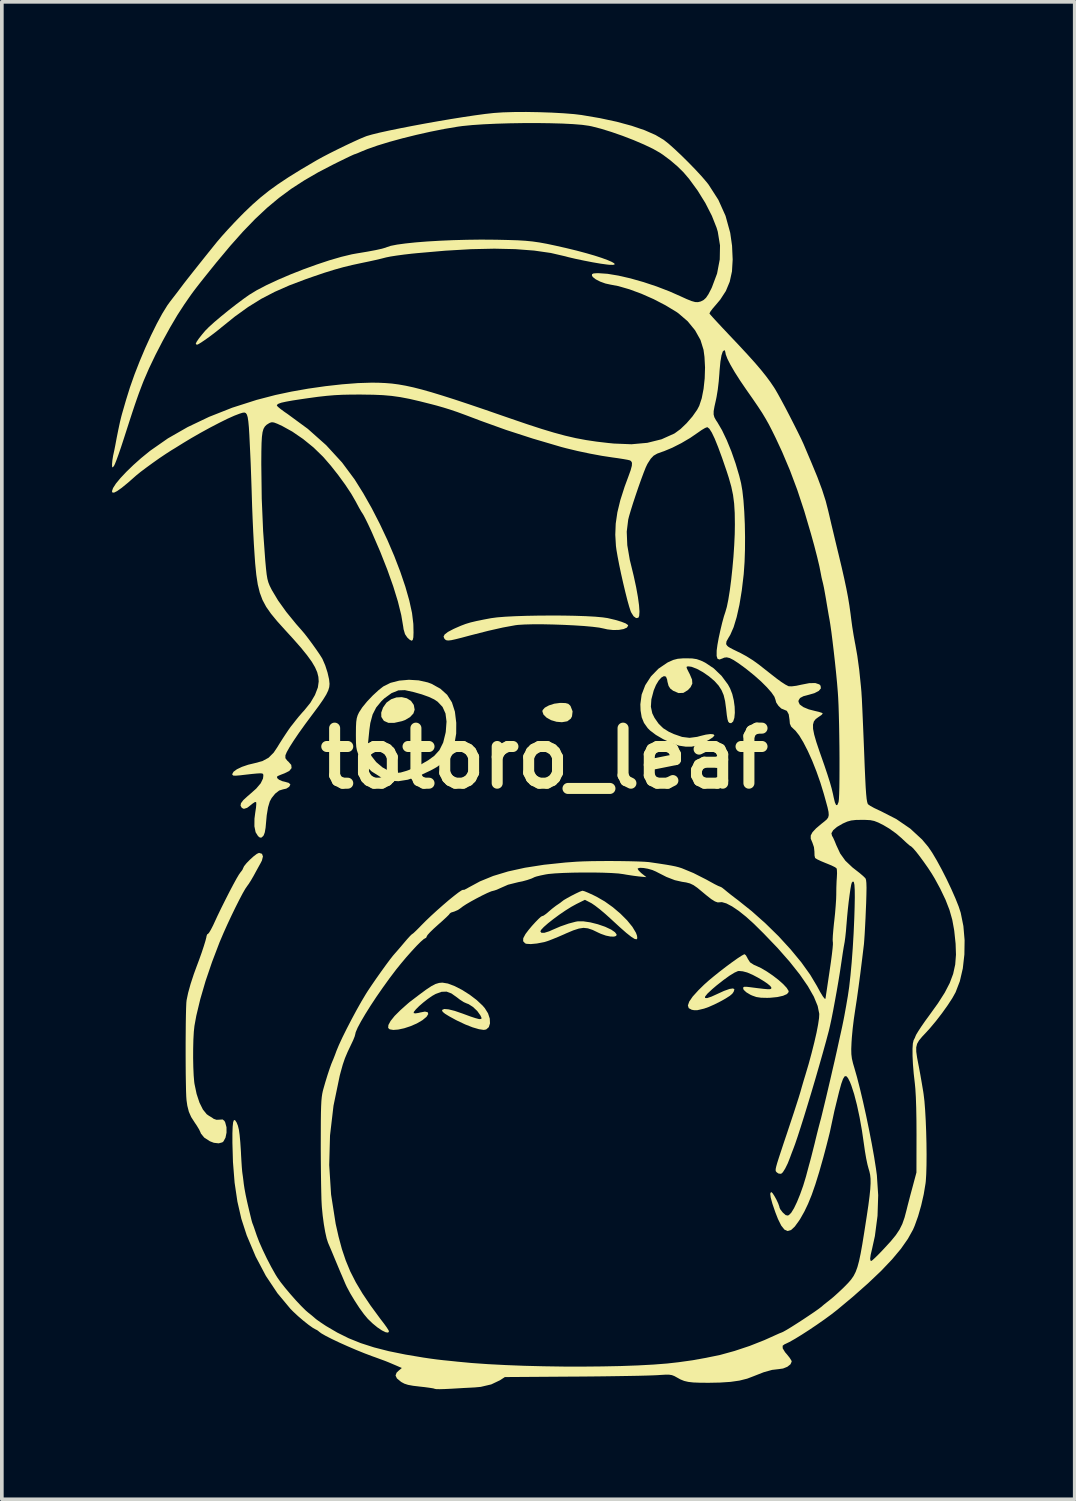
<source format=kicad_pcb>
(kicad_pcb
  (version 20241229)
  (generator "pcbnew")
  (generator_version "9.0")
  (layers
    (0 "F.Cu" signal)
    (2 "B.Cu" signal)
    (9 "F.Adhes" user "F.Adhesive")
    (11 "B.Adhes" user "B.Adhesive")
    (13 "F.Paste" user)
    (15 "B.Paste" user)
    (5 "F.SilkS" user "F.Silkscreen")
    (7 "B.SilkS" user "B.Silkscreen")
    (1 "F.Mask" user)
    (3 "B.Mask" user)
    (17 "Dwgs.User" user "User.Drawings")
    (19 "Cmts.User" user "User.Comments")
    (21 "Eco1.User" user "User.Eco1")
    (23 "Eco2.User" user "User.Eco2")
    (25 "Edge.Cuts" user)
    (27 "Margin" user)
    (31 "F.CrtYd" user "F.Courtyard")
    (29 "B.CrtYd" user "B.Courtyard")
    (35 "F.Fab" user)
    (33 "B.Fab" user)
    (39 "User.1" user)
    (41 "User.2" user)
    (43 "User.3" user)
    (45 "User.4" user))
  (footprint "totoro_leaf"
    (layer "F.Cu")
    (at 11.78 17.607)
    (property "Reference" "totoro_leaf" (at 0 0 0) (layer "F.SilkS") (effects (font (size 1.5 1.5) (thickness 0.3))))
    (attr board_only exclude_from_pos_files exclude_from_bom)
    (fp_poly (pts (xy -3.748 -1.635) (xy -3.634 -1.564) (xy -3.558 -1.454) (xy -3.534 -1.323) (xy -3.568 -1.221) (xy -3.66 -1.122) (xy -3.796 -1.042) (xy -3.879 -1.012) (xy -4.091 -0.965) (xy -4.251 -0.966) (xy -4.364 -1.016) (xy -4.381 -1.031) (xy -4.442 -1.127) (xy -4.445 -1.244) (xy -4.396 -1.382) (xy -4.301 -1.517) (xy -4.175 -1.608) (xy -4.032 -1.658) (xy -3.885 -1.666)) (stroke (width 0) (type solid)) (fill yes) (layer "F.SilkS"))
    (fp_poly (pts (xy 0.577 -1.504) (xy 0.65 -1.484) (xy 0.699 -1.44) (xy 0.714 -1.419) (xy 0.768 -1.279) (xy 0.752 -1.143) (xy 0.719 -1.08) (xy 0.624 -1.008) (xy 0.477 -0.983) (xy 0.331 -0.995) (xy 0.182 -1.039) (xy 0.059 -1.108) (xy -0.025 -1.191) (xy -0.055 -1.278) (xy -0.048 -1.313) (xy 0.012 -1.38) (xy 0.124 -1.441) (xy 0.267 -1.487) (xy 0.421 -1.508) (xy 0.454 -1.509)) (stroke (width 0) (type solid)) (fill yes) (layer "F.SilkS"))
    (fp_poly (pts (xy 0.511 -3.888) (xy 0.832 -3.882) (xy 1.126 -3.872) (xy 1.382 -3.858) (xy 1.588 -3.839) (xy 1.72 -3.82) (xy 1.927 -3.771) (xy 2.095 -3.721) (xy 2.215 -3.674) (xy 2.276 -3.631) (xy 2.282 -3.617) (xy 2.249 -3.561) (xy 2.159 -3.521) (xy 2.029 -3.498) (xy 1.876 -3.494) (xy 1.715 -3.512) (xy 1.619 -3.534) (xy 1.494 -3.56) (xy 1.309 -3.583) (xy 1.077 -3.604) (xy 0.812 -3.621) (xy 0.527 -3.635) (xy 0.236 -3.645) (xy -0.048 -3.651) (xy -0.311 -3.651) (xy -0.539 -3.645) (xy -0.72 -3.634) (xy -0.791 -3.625) (xy -1.13 -3.563) (xy -1.529 -3.473) (xy -1.992 -3.355) (xy -2.023 -3.347) (xy -2.25 -3.286) (xy -2.417 -3.244) (xy -2.535 -3.218) (xy -2.614 -3.209) (xy -2.665 -3.214) (xy -2.699 -3.232) (xy -2.724 -3.258) (xy -2.747 -3.315) (xy -2.717 -3.374) (xy -2.629 -3.442) (xy -2.477 -3.522) (xy -2.411 -3.552) (xy -2.273 -3.612) (xy -2.146 -3.66) (xy -2.011 -3.701) (xy -1.851 -3.739) (xy -1.65 -3.78) (xy -1.454 -3.817) (xy -1.288 -3.839) (xy -1.064 -3.857) (xy -0.793 -3.871) (xy -0.488 -3.881) (xy -0.161 -3.887) (xy 0.176 -3.889)) (stroke (width 0) (type solid)) (fill yes) (layer "F.SilkS"))
    (fp_poly (pts (xy -3.425 -2.123) (xy -3.176 -2.067) (xy -3.074 -2.029) (xy -2.833 -1.895) (xy -2.649 -1.729) (xy -2.519 -1.523) (xy -2.438 -1.271) (xy -2.401 -0.966) (xy -2.403 -0.673) (xy -2.445 -0.426) (xy -2.533 -0.21) (xy -2.623 -0.067) (xy -2.725 0.064) (xy -2.823 0.161) (xy -2.942 0.245) (xy -3.1 0.332) (xy -3.43 0.486) (xy -3.72 0.583) (xy -3.977 0.624) (xy -4.205 0.61) (xy -4.412 0.541) (xy -4.43 0.532) (xy -4.705 0.359) (xy -4.913 0.157) (xy -5.033 -0.031) (xy -5.078 -0.129) (xy -5.107 -0.216) (xy -5.125 -0.312) (xy -5.131 -0.405) (xy -4.806 -0.405) (xy -4.789 -0.236) (xy -4.711 -0.062) (xy -4.582 0.103) (xy -4.413 0.246) (xy -4.254 0.335) (xy -4.135 0.382) (xy -4.03 0.399) (xy -3.914 0.387) (xy -3.764 0.344) (xy -3.709 0.325) (xy -3.436 0.209) (xy -3.169 0.056) (xy -3 -0.067) (xy -2.859 -0.223) (xy -2.757 -0.429) (xy -2.692 -0.692) (xy -2.686 -0.73) (xy -2.666 -1.001) (xy -2.694 -1.221) (xy -2.774 -1.399) (xy -2.908 -1.541) (xy -3.002 -1.604) (xy -3.144 -1.671) (xy -3.335 -1.74) (xy -3.553 -1.802) (xy -3.773 -1.851) (xy -3.801 -1.857) (xy -3.976 -1.851) (xy -4.164 -1.775) (xy -4.36 -1.633) (xy -4.44 -1.556) (xy -4.582 -1.384) (xy -4.68 -1.192) (xy -4.742 -0.961) (xy -4.768 -0.773) (xy -4.783 -0.624) (xy -4.797 -0.485) (xy -4.806 -0.405) (xy -5.131 -0.405) (xy -5.133 -0.438) (xy -5.135 -0.613) (xy -5.135 -0.663) (xy -5.133 -0.854) (xy -5.126 -0.991) (xy -5.111 -1.092) (xy -5.086 -1.174) (xy -5.049 -1.252) (xy -4.961 -1.388) (xy -4.83 -1.548) (xy -4.675 -1.711) (xy -4.513 -1.86) (xy -4.389 -1.957) (xy -4.193 -2.055) (xy -3.954 -2.116) (xy -3.691 -2.139)) (stroke (width 0) (type solid)) (fill yes) (layer "F.SilkS"))
    (fp_poly (pts (xy -2.628 6.136) (xy -2.444 6.206) (xy -2.241 6.31) (xy -2.036 6.44) (xy -1.845 6.585) (xy -1.684 6.736) (xy -1.623 6.807) (xy -1.535 6.948) (xy -1.488 7.091) (xy -1.482 7.221) (xy -1.514 7.324) (xy -1.586 7.387) (xy -1.652 7.399) (xy -1.781 7.38) (xy -1.956 7.329) (xy -2.157 7.25) (xy -2.369 7.15) (xy -2.42 7.124) (xy -2.593 7.029) (xy -2.707 6.959) (xy -2.769 6.908) (xy -2.788 6.869) (xy -2.782 6.852) (xy -2.726 6.829) (xy -2.61 6.839) (xy -2.442 6.881) (xy -2.227 6.955) (xy -2.162 6.979) (xy -2.013 7.034) (xy -1.882 7.077) (xy -1.79 7.102) (xy -1.766 7.105) (xy -1.717 7.099) (xy -1.714 7.067) (xy -1.744 7.003) (xy -1.828 6.885) (xy -1.944 6.775) (xy -2.065 6.697) (xy -2.116 6.678) (xy -2.197 6.642) (xy -2.304 6.573) (xy -2.379 6.515) (xy -2.532 6.406) (xy -2.665 6.356) (xy -2.801 6.361) (xy -2.959 6.418) (xy -2.96 6.418) (xy -3.061 6.475) (xy -3.178 6.557) (xy -3.299 6.652) (xy -3.411 6.749) (xy -3.5 6.838) (xy -3.555 6.906) (xy -3.562 6.941) (xy -3.513 6.949) (xy -3.422 6.935) (xy -3.386 6.925) (xy -3.254 6.9) (xy -3.179 6.917) (xy -3.164 6.967) (xy -3.211 7.042) (xy -3.322 7.134) (xy -3.475 7.223) (xy -3.645 7.297) (xy -3.818 7.354) (xy -3.98 7.389) (xy -4.117 7.4) (xy -4.215 7.383) (xy -4.256 7.345) (xy -4.25 7.266) (xy -4.189 7.154) (xy -4.079 7.017) (xy -3.926 6.865) (xy -3.912 6.852) (xy -3.806 6.757) (xy -3.719 6.68) (xy -3.667 6.636) (xy -3.663 6.633) (xy -3.617 6.599) (xy -3.531 6.533) (xy -3.421 6.449) (xy -3.405 6.437) (xy -3.221 6.301) (xy -3.079 6.207) (xy -2.966 6.148) (xy -2.868 6.119) (xy -2.779 6.111)) (stroke (width 0) (type solid)) (fill yes) (layer "F.SilkS"))
    (fp_poly (pts (xy 5.49 5.368) (xy 5.533 5.444) (xy 5.54 5.461) (xy 5.603 5.559) (xy 5.708 5.627) (xy 5.75 5.644) (xy 5.898 5.713) (xy 6.059 5.807) (xy 6.222 5.918) (xy 6.374 6.035) (xy 6.504 6.15) (xy 6.6 6.253) (xy 6.651 6.335) (xy 6.654 6.366) (xy 6.609 6.422) (xy 6.502 6.469) (xy 6.347 6.504) (xy 6.156 6.523) (xy 6.071 6.526) (xy 5.901 6.522) (xy 5.773 6.503) (xy 5.657 6.462) (xy 5.61 6.44) (xy 5.5 6.374) (xy 5.431 6.309) (xy 5.417 6.28) (xy 5.416 6.241) (xy 5.443 6.224) (xy 5.516 6.225) (xy 5.601 6.235) (xy 5.819 6.263) (xy 5.975 6.281) (xy 6.079 6.29) (xy 6.141 6.29) (xy 6.173 6.28) (xy 6.183 6.262) (xy 6.184 6.249) (xy 6.154 6.203) (xy 6.072 6.135) (xy 5.954 6.056) (xy 5.816 5.974) (xy 5.674 5.899) (xy 5.542 5.842) (xy 5.522 5.834) (xy 5.404 5.803) (xy 5.302 5.794) (xy 5.272 5.797) (xy 5.178 5.839) (xy 5.041 5.923) (xy 4.875 6.043) (xy 4.688 6.19) (xy 4.572 6.289) (xy 4.444 6.408) (xy 4.379 6.488) (xy 4.376 6.53) (xy 4.434 6.532) (xy 4.552 6.492) (xy 4.684 6.432) (xy 4.892 6.337) (xy 5.044 6.283) (xy 5.14 6.269) (xy 5.177 6.295) (xy 5.155 6.361) (xy 5.118 6.414) (xy 5.051 6.471) (xy 4.935 6.545) (xy 4.788 6.627) (xy 4.63 6.706) (xy 4.479 6.773) (xy 4.353 6.818) (xy 4.325 6.825) (xy 4.228 6.848) (xy 4.16 6.863) (xy 4.083 6.863) (xy 4.013 6.85) (xy 3.932 6.806) (xy 3.909 6.733) (xy 3.945 6.628) (xy 4.04 6.49) (xy 4.197 6.317) (xy 4.351 6.166) (xy 4.469 6.06) (xy 4.616 5.938) (xy 4.778 5.808) (xy 4.945 5.679) (xy 5.106 5.56) (xy 5.249 5.458) (xy 5.363 5.383) (xy 5.437 5.342) (xy 5.455 5.338)) (stroke (width 0) (type solid)) (fill yes) (layer "F.SilkS"))
    (fp_poly (pts (xy 1.096 3.623) (xy 1.2 3.666) (xy 1.334 3.728) (xy 1.423 3.772) (xy 1.645 3.9) (xy 1.865 4.057) (xy 2.071 4.232) (xy 2.253 4.414) (xy 2.397 4.591) (xy 2.494 4.753) (xy 2.523 4.833) (xy 2.531 4.902) (xy 2.51 4.932) (xy 2.455 4.919) (xy 2.364 4.861) (xy 2.232 4.757) (xy 2.057 4.603) (xy 1.835 4.399) (xy 1.816 4.381) (xy 1.664 4.244) (xy 1.514 4.117) (xy 1.382 4.015) (xy 1.285 3.949) (xy 1.274 3.943) (xy 1.104 3.855) (xy 0.874 3.969) (xy 0.73 4.048) (xy 0.569 4.149) (xy 0.402 4.263) (xy 0.241 4.382) (xy 0.098 4.495) (xy -0.017 4.596) (xy -0.089 4.673) (xy -0.11 4.715) (xy -0.081 4.754) (xy 0.002 4.753) (xy 0.13 4.713) (xy 0.208 4.678) (xy 0.436 4.58) (xy 0.66 4.502) (xy 0.854 4.451) (xy 0.907 4.442) (xy 1.06 4.441) (xy 1.25 4.469) (xy 1.456 4.521) (xy 1.654 4.589) (xy 1.82 4.667) (xy 1.921 4.737) (xy 1.968 4.798) (xy 1.955 4.839) (xy 1.895 4.858) (xy 1.798 4.855) (xy 1.675 4.83) (xy 1.539 4.782) (xy 1.467 4.749) (xy 1.313 4.675) (xy 1.185 4.632) (xy 1.067 4.619) (xy 0.94 4.638) (xy 0.785 4.688) (xy 0.586 4.772) (xy 0.552 4.788) (xy 0.377 4.864) (xy 0.215 4.93) (xy 0.083 4.98) (xy 0 5.006) (xy -0.203 5.045) (xy -0.37 5.061) (xy -0.487 5.054) (xy -0.525 5.041) (xy -0.579 4.983) (xy -0.576 4.901) (xy -0.515 4.787) (xy -0.506 4.775) (xy -0.431 4.676) (xy -0.34 4.567) (xy -0.244 4.462) (xy -0.157 4.373) (xy -0.091 4.313) (xy -0.058 4.298) (xy -0.058 4.298) (xy -0.023 4.286) (xy 0.048 4.236) (xy 0.106 4.186) (xy 0.213 4.095) (xy 0.317 4.015) (xy 0.356 3.989) (xy 0.432 3.937) (xy 0.477 3.901) (xy 0.479 3.9) (xy 0.527 3.863) (xy 0.621 3.808) (xy 0.738 3.744) (xy 0.86 3.682) (xy 0.964 3.633) (xy 1.031 3.609) (xy 1.04 3.608)) (stroke (width 0) (type solid)) (fill yes) (layer "F.SilkS"))
    (fp_poly (pts (xy 4.029 -2.72) (xy 4.15 -2.701) (xy 4.265 -2.661) (xy 4.379 -2.606) (xy 4.612 -2.451) (xy 4.826 -2.246) (xy 5 -2.011) (xy 5.058 -1.905) (xy 5.118 -1.751) (xy 5.159 -1.579) (xy 5.183 -1.404) (xy 5.188 -1.24) (xy 5.175 -1.102) (xy 5.142 -1.003) (xy 5.09 -0.958) (xy 5.078 -0.957) (xy 5.038 -0.965) (xy 5.009 -0.996) (xy 4.988 -1.063) (xy 4.969 -1.179) (xy 4.951 -1.344) (xy 4.922 -1.559) (xy 4.883 -1.722) (xy 4.825 -1.857) (xy 4.746 -1.98) (xy 4.632 -2.107) (xy 4.483 -2.233) (xy 4.318 -2.347) (xy 4.154 -2.437) (xy 4.01 -2.492) (xy 3.935 -2.503) (xy 3.89 -2.502) (xy 3.872 -2.487) (xy 3.883 -2.444) (xy 3.925 -2.359) (xy 3.961 -2.289) (xy 4.022 -2.145) (xy 4.03 -2.035) (xy 3.982 -1.936) (xy 3.909 -1.858) (xy 3.786 -1.782) (xy 3.653 -1.777) (xy 3.507 -1.84) (xy 3.431 -1.898) (xy 3.383 -1.971) (xy 3.353 -2.084) (xy 3.342 -2.15) (xy 3.312 -2.224) (xy 3.257 -2.239) (xy 3.188 -2.201) (xy 3.113 -2.118) (xy 3.04 -1.997) (xy 2.978 -1.849) (xy 2.914 -1.606) (xy 2.901 -1.403) (xy 2.939 -1.225) (xy 3 -1.101) (xy 3.113 -0.94) (xy 3.234 -0.821) (xy 3.386 -0.725) (xy 3.529 -0.659) (xy 3.752 -0.582) (xy 3.954 -0.557) (xy 4.16 -0.584) (xy 4.248 -0.608) (xy 4.399 -0.645) (xy 4.521 -0.661) (xy 4.603 -0.654) (xy 4.631 -0.625) (xy 4.63 -0.619) (xy 4.585 -0.569) (xy 4.49 -0.507) (xy 4.364 -0.441) (xy 4.226 -0.38) (xy 4.097 -0.335) (xy 4.012 -0.317) (xy 3.856 -0.316) (xy 3.683 -0.342) (xy 3.649 -0.351) (xy 3.443 -0.423) (xy 3.232 -0.523) (xy 3.036 -0.638) (xy 2.879 -0.757) (xy 2.814 -0.822) (xy 2.713 -0.964) (xy 2.651 -1.116) (xy 2.62 -1.302) (xy 2.614 -1.472) (xy 2.649 -1.735) (xy 2.748 -1.992) (xy 2.903 -2.231) (xy 3.106 -2.44) (xy 3.346 -2.604) (xy 3.385 -2.624) (xy 3.512 -2.68) (xy 3.632 -2.711) (xy 3.777 -2.723) (xy 3.867 -2.724)) (stroke (width 0) (type solid)) (fill yes) (layer "F.SilkS"))
    (fp_poly (pts (xy -1.353 -14.127) (xy -1.288 -14.126) (xy -0.981 -14.119) (xy -0.729 -14.111) (xy -0.516 -14.098) (xy -0.324 -14.079) (xy -0.135 -14.052) (xy 0.068 -14.015) (xy 0.302 -13.965) (xy 0.586 -13.901) (xy 0.607 -13.896) (xy 0.882 -13.829) (xy 1.136 -13.761) (xy 1.364 -13.695) (xy 1.559 -13.632) (xy 1.717 -13.574) (xy 1.833 -13.524) (xy 1.902 -13.484) (xy 1.917 -13.456) (xy 1.875 -13.442) (xy 1.768 -13.444) (xy 1.702 -13.451) (xy 1.529 -13.475) (xy 1.312 -13.512) (xy 1.076 -13.558) (xy 0.848 -13.606) (xy 0.652 -13.652) (xy 0.571 -13.674) (xy 0.174 -13.766) (xy -0.279 -13.831) (xy -0.791 -13.87) (xy -1.364 -13.883) (xy -2 -13.869) (xy -2.7 -13.828) (xy -3.467 -13.761) (xy -3.618 -13.746) (xy -3.826 -13.722) (xy -4.024 -13.695) (xy -4.192 -13.669) (xy -4.311 -13.645) (xy -4.335 -13.639) (xy -4.44 -13.612) (xy -4.596 -13.575) (xy -4.782 -13.534) (xy -4.97 -13.495) (xy -5.235 -13.438) (xy -5.481 -13.378) (xy -5.727 -13.309) (xy -5.991 -13.227) (xy -6.294 -13.124) (xy -6.489 -13.056) (xy -6.947 -12.883) (xy -7.35 -12.705) (xy -7.719 -12.513) (xy -8.072 -12.293) (xy -8.428 -12.037) (xy -8.808 -11.731) (xy -8.816 -11.724) (xy -8.94 -11.624) (xy -9.076 -11.52) (xy -9.211 -11.422) (xy -9.331 -11.34) (xy -9.421 -11.284) (xy -9.467 -11.264) (xy -9.497 -11.291) (xy -9.497 -11.294) (xy -9.474 -11.345) (xy -9.412 -11.436) (xy -9.32 -11.552) (xy -9.24 -11.647) (xy -9.139 -11.749) (xy -8.991 -11.883) (xy -8.809 -12.037) (xy -8.606 -12.202) (xy -8.395 -12.367) (xy -8.19 -12.52) (xy -8.045 -12.623) (xy -7.837 -12.75) (xy -7.571 -12.889) (xy -7.26 -13.034) (xy -6.919 -13.18) (xy -6.562 -13.321) (xy -6.202 -13.451) (xy -5.853 -13.567) (xy -5.529 -13.661) (xy -5.243 -13.73) (xy -5.12 -13.752) (xy -4.821 -13.802) (xy -4.591 -13.845) (xy -4.425 -13.882) (xy -4.32 -13.913) (xy -4.294 -13.924) (xy -4.186 -13.96) (xy -4.012 -13.994) (xy -3.783 -14.025) (xy -3.507 -14.054) (xy -3.192 -14.079) (xy -2.848 -14.099) (xy -2.483 -14.115) (xy -2.106 -14.125) (xy -1.727 -14.13)) (stroke (width 0) (type solid)) (fill yes) (layer "F.SilkS"))
    (fp_poly (pts (xy -7.693 2.602) (xy -7.667 2.673) (xy -7.695 2.785) (xy -7.728 2.85) (xy -7.794 2.969) (xy -7.873 3.113) (xy -7.922 3.203) (xy -7.992 3.324) (xy -8.058 3.427) (xy -8.096 3.479) (xy -8.148 3.555) (xy -8.223 3.686) (xy -8.315 3.861) (xy -8.419 4.068) (xy -8.528 4.293) (xy -8.637 4.526) (xy -8.739 4.754) (xy -8.829 4.965) (xy -8.849 5.012) (xy -9.054 5.55) (xy -9.231 6.07) (xy -9.374 6.561) (xy -9.482 7.011) (xy -9.533 7.289) (xy -9.55 7.448) (xy -9.562 7.661) (xy -9.568 7.906) (xy -9.569 8.164) (xy -9.564 8.415) (xy -9.554 8.64) (xy -9.539 8.818) (xy -9.532 8.868) (xy -9.474 9.144) (xy -9.396 9.38) (xy -9.303 9.567) (xy -9.2 9.695) (xy -9.139 9.738) (xy -9.052 9.79) (xy -9.01 9.821) (xy -8.932 9.848) (xy -8.847 9.844) (xy -8.764 9.839) (xy -8.715 9.88) (xy -8.695 9.919) (xy -8.66 10.05) (xy -8.659 10.197) (xy -8.687 10.334) (xy -8.742 10.436) (xy -8.773 10.462) (xy -8.873 10.489) (xy -9.004 10.474) (xy -9.111 10.433) (xy -9.267 10.332) (xy -9.356 10.223) (xy -9.372 10.183) (xy -9.406 10.111) (xy -9.469 10.007) (xy -9.525 9.924) (xy -9.622 9.773) (xy -9.685 9.63) (xy -9.727 9.465) (xy -9.749 9.313) (xy -9.756 9.217) (xy -9.762 9.06) (xy -9.766 8.854) (xy -9.77 8.61) (xy -9.772 8.34) (xy -9.773 8.055) (xy -9.773 7.767) (xy -9.771 7.485) (xy -9.769 7.222) (xy -9.765 6.99) (xy -9.76 6.798) (xy -9.754 6.659) (xy -9.747 6.589) (xy -9.705 6.389) (xy -9.637 6.144) (xy -9.549 5.876) (xy -9.48 5.687) (xy -9.407 5.492) (xy -9.338 5.299) (xy -9.279 5.121) (xy -9.234 4.975) (xy -9.208 4.873) (xy -9.203 4.84) (xy -9.183 4.791) (xy -9.167 4.786) (xy -9.137 4.754) (xy -9.086 4.67) (xy -9.024 4.549) (xy -8.993 4.482) (xy -8.899 4.279) (xy -8.794 4.062) (xy -8.684 3.842) (xy -8.576 3.63) (xy -8.476 3.44) (xy -8.389 3.281) (xy -8.321 3.166) (xy -8.28 3.108) (xy -8.228 3.041) (xy -8.209 2.998) (xy -8.182 2.941) (xy -8.114 2.856) (xy -8.021 2.761) (xy -7.922 2.671) (xy -7.834 2.604) (xy -7.774 2.577) (xy -7.772 2.577)) (stroke (width 0) (type solid)) (fill yes) (layer "F.SilkS"))
    (fp_poly (pts (xy -0.145 -17.601) (xy 0.203 -17.589) (xy 0.53 -17.571) (xy 0.817 -17.548) (xy 1.012 -17.524) (xy 1.511 -17.439) (xy 1.969 -17.341) (xy 2.378 -17.23) (xy 2.733 -17.109) (xy 3.027 -16.98) (xy 3.251 -16.847) (xy 3.383 -16.743) (xy 3.549 -16.595) (xy 3.736 -16.419) (xy 3.93 -16.227) (xy 4.119 -16.032) (xy 4.288 -15.849) (xy 4.424 -15.69) (xy 4.473 -15.627) (xy 4.739 -15.213) (xy 4.935 -14.776) (xy 5.062 -14.315) (xy 5.112 -13.964) (xy 5.129 -13.587) (xy 5.11 -13.264) (xy 5.048 -12.981) (xy 4.943 -12.729) (xy 4.79 -12.494) (xy 4.674 -12.356) (xy 4.585 -12.253) (xy 4.522 -12.169) (xy 4.497 -12.12) (xy 4.497 -12.116) (xy 4.525 -12.081) (xy 4.596 -12.001) (xy 4.703 -11.885) (xy 4.836 -11.742) (xy 4.989 -11.58) (xy 5.013 -11.554) (xy 5.298 -11.253) (xy 5.537 -10.995) (xy 5.736 -10.774) (xy 5.9 -10.582) (xy 6.037 -10.411) (xy 6.153 -10.255) (xy 6.254 -10.106) (xy 6.289 -10.05) (xy 6.358 -9.931) (xy 6.451 -9.762) (xy 6.56 -9.559) (xy 6.676 -9.336) (xy 6.792 -9.109) (xy 6.9 -8.894) (xy 6.992 -8.707) (xy 7.059 -8.562) (xy 7.076 -8.522) (xy 7.119 -8.42) (xy 7.18 -8.276) (xy 7.248 -8.116) (xy 7.271 -8.062) (xy 7.435 -7.665) (xy 7.564 -7.319) (xy 7.663 -7.011) (xy 7.732 -6.741) (xy 7.766 -6.597) (xy 7.812 -6.398) (xy 7.869 -6.161) (xy 7.93 -5.904) (xy 7.993 -5.642) (xy 8.009 -5.577) (xy 8.097 -5.208) (xy 8.168 -4.896) (xy 8.225 -4.627) (xy 8.271 -4.388) (xy 8.308 -4.164) (xy 8.339 -3.943) (xy 8.358 -3.792) (xy 8.386 -3.584) (xy 8.423 -3.354) (xy 8.461 -3.144) (xy 8.468 -3.111) (xy 8.524 -2.794) (xy 8.576 -2.414) (xy 8.622 -1.966) (xy 8.63 -1.877) (xy 8.636 -1.808) (xy 8.641 -1.724) (xy 8.648 -1.62) (xy 8.654 -1.487) (xy 8.662 -1.32) (xy 8.671 -1.113) (xy 8.682 -0.858) (xy 8.695 -0.549) (xy 8.71 -0.179) (xy 8.726 0.238) (xy 8.74 0.547) (xy 8.752 0.789) (xy 8.765 0.972) (xy 8.778 1.104) (xy 8.793 1.191) (xy 8.809 1.241) (xy 8.817 1.253) (xy 8.875 1.294) (xy 8.981 1.353) (xy 9.115 1.417) (xy 9.156 1.435) (xy 9.586 1.655) (xy 9.966 1.915) (xy 10.288 2.212) (xy 10.455 2.411) (xy 10.564 2.571) (xy 10.689 2.782) (xy 10.823 3.028) (xy 10.958 3.294) (xy 11.085 3.562) (xy 11.197 3.816) (xy 11.286 4.039) (xy 11.341 4.208) (xy 11.414 4.57) (xy 11.447 4.955) (xy 11.441 5.345) (xy 11.398 5.724) (xy 11.317 6.073) (xy 11.202 6.373) (xy 11.113 6.533) (xy 10.985 6.729) (xy 10.833 6.942) (xy 10.668 7.156) (xy 10.505 7.351) (xy 10.409 7.457) (xy 10.289 7.585) (xy 10.205 7.686) (xy 10.153 7.777) (xy 10.129 7.874) (xy 10.13 7.992) (xy 10.152 8.149) (xy 10.192 8.359) (xy 10.199 8.393) (xy 10.239 8.608) (xy 10.281 8.849) (xy 10.319 9.075) (xy 10.33 9.148) (xy 10.353 9.34) (xy 10.372 9.586) (xy 10.388 9.869) (xy 10.4 10.175) (xy 10.408 10.488) (xy 10.411 10.794) (xy 10.409 11.078) (xy 10.402 11.325) (xy 10.39 11.519) (xy 10.383 11.579) (xy 10.334 11.875) (xy 10.264 12.182) (xy 10.18 12.475) (xy 10.088 12.732) (xy 10.042 12.839) (xy 9.902 13.091) (xy 9.713 13.361) (xy 9.471 13.65) (xy 9.173 13.964) (xy 8.817 14.302) (xy 8.401 14.67) (xy 7.983 15.019) (xy 7.822 15.145) (xy 7.632 15.284) (xy 7.426 15.428) (xy 7.215 15.57) (xy 7.012 15.701) (xy 6.828 15.814) (xy 6.676 15.9) (xy 6.568 15.952) (xy 6.549 15.959) (xy 6.49 16.002) (xy 6.492 16.074) (xy 6.557 16.18) (xy 6.608 16.239) (xy 6.681 16.33) (xy 6.728 16.405) (xy 6.737 16.434) (xy 6.703 16.509) (xy 6.618 16.576) (xy 6.501 16.623) (xy 6.388 16.639) (xy 6.201 16.661) (xy 5.973 16.725) (xy 5.718 16.825) (xy 5.716 16.826) (xy 5.525 16.899) (xy 5.314 16.952) (xy 5.07 16.987) (xy 4.778 17.006) (xy 4.473 17.012) (xy 4.235 17.01) (xy 4.055 17.003) (xy 3.917 16.987) (xy 3.807 16.961) (xy 3.708 16.921) (xy 3.619 16.872) (xy 3.541 16.829) (xy 3.474 16.803) (xy 3.397 16.791) (xy 3.291 16.791) (xy 3.137 16.8) (xy 3.081 16.804) (xy 2.969 16.809) (xy 2.793 16.815) (xy 2.561 16.821) (xy 2.282 16.826) (xy 1.964 16.831) (xy 1.617 16.836) (xy 1.249 16.84) (xy 0.869 16.843) (xy 0.815 16.843) (xy -1.077 16.856) (xy -1.21 16.943) (xy -1.448 17.056) (xy -1.734 17.123) (xy -1.896 17.138) (xy -2.026 17.145) (xy -2.204 17.154) (xy -2.402 17.166) (xy -2.54 17.174) (xy -2.709 17.182) (xy -2.85 17.186) (xy -2.947 17.184) (xy -2.985 17.177) (xy -3.028 17.164) (xy -3.128 17.148) (xy -3.269 17.129) (xy -3.389 17.116) (xy -3.58 17.093) (xy -3.715 17.068) (xy -3.814 17.036) (xy -3.896 16.992) (xy -3.909 16.983) (xy -4.017 16.893) (xy -4.055 16.814) (xy -4.027 16.737) (xy -3.978 16.689) (xy -3.884 16.609) (xy -4.031 16.545) (xy -4.153 16.493) (xy -4.25 16.452) (xy -4.345 16.414) (xy -4.46 16.372) (xy -4.615 16.315) (xy -4.675 16.294) (xy -4.898 16.21) (xy -5.132 16.115) (xy -5.365 16.015) (xy -5.588 15.915) (xy -5.788 15.82) (xy -5.955 15.735) (xy -6.077 15.665) (xy -6.143 15.616) (xy -6.148 15.61) (xy -6.195 15.575) (xy -6.221 15.564) (xy -6.304 15.518) (xy -6.424 15.433) (xy -6.564 15.322) (xy -6.709 15.198) (xy -6.843 15.073) (xy -6.919 14.996) (xy -7.273 14.571) (xy -7.587 14.1) (xy -7.865 13.574) (xy -8.112 12.988) (xy -8.112 12.986) (xy -8.255 12.546) (xy -8.363 12.075) (xy -8.439 11.561) (xy -8.484 10.997) (xy -8.499 10.473) (xy -8.499 10.218) (xy -8.492 10.033) (xy -8.479 9.913) (xy -8.457 9.856) (xy -8.427 9.858) (xy -8.388 9.915) (xy -8.383 9.925) (xy -8.35 10.006) (xy -8.323 10.115) (xy -8.302 10.263) (xy -8.284 10.459) (xy -8.267 10.715) (xy -8.263 10.804) (xy -8.253 10.979) (xy -8.243 11.134) (xy -8.233 11.251) (xy -8.227 11.301) (xy -8.214 11.39) (xy -8.198 11.517) (xy -8.189 11.596) (xy -8.17 11.72) (xy -8.139 11.889) (xy -8.099 12.076) (xy -8.074 12.185) (xy -8.03 12.37) (xy -7.999 12.497) (xy -7.979 12.579) (xy -7.965 12.63) (xy -7.955 12.663) (xy -7.944 12.69) (xy -7.94 12.7) (xy -7.917 12.762) (xy -7.88 12.87) (xy -7.838 12.994) (xy -7.77 13.173) (xy -7.673 13.392) (xy -7.56 13.628) (xy -7.44 13.859) (xy -7.325 14.063) (xy -7.276 14.142) (xy -7.186 14.27) (xy -7.062 14.427) (xy -6.918 14.598) (xy -6.768 14.768) (xy -6.625 14.92) (xy -6.503 15.041) (xy -6.432 15.102) (xy -6.339 15.176) (xy -6.265 15.239) (xy -6.249 15.254) (xy -6.195 15.297) (xy -6.097 15.366) (xy -5.974 15.448) (xy -5.943 15.468) (xy -5.641 15.645) (xy -5.331 15.799) (xy -5.001 15.932) (xy -4.64 16.048) (xy -4.238 16.151) (xy -3.784 16.243) (xy -3.295 16.325) (xy -3.113 16.352) (xy -2.927 16.377) (xy -2.771 16.395) (xy -2.742 16.398) (xy -2.592 16.413) (xy -2.446 16.428) (xy -2.374 16.436) (xy -1.98 16.473) (xy -1.537 16.504) (xy -1.056 16.529) (xy -0.547 16.549) (xy -0.019 16.562) (xy 0.517 16.57) (xy 1.051 16.571) (xy 1.573 16.566) (xy 2.073 16.556) (xy 2.541 16.539) (xy 2.967 16.516) (xy 3.341 16.487) (xy 3.652 16.452) (xy 3.681 16.448) (xy 3.822 16.428) (xy 3.939 16.412) (xy 4.008 16.402) (xy 4.012 16.402) (xy 4.085 16.39) (xy 4.187 16.371) (xy 4.197 16.37) (xy 4.314 16.348) (xy 4.416 16.33) (xy 4.417 16.329) (xy 4.78 16.255) (xy 5.179 16.145) (xy 5.591 16.008) (xy 5.991 15.85) (xy 6.174 15.768) (xy 6.3 15.711) (xy 6.398 15.667) (xy 6.451 15.646) (xy 6.455 15.645) (xy 6.501 15.625) (xy 6.596 15.572) (xy 6.726 15.493) (xy 6.879 15.396) (xy 7.043 15.29) (xy 7.205 15.182) (xy 7.353 15.082) (xy 7.475 14.996) (xy 7.557 14.933) (xy 7.583 14.909) (xy 7.621 14.877) (xy 7.698 14.816) (xy 7.767 14.762) (xy 7.872 14.676) (xy 8.003 14.558) (xy 8.138 14.431) (xy 8.175 14.394) (xy 8.275 14.292) (xy 8.357 14.197) (xy 8.424 14.1) (xy 8.48 13.99) (xy 8.528 13.858) (xy 8.572 13.695) (xy 8.615 13.491) (xy 8.661 13.235) (xy 8.712 12.919) (xy 8.726 12.829) (xy 8.782 12.469) (xy 8.826 12.173) (xy 8.857 11.932) (xy 8.877 11.738) (xy 8.886 11.581) (xy 8.885 11.454) (xy 8.874 11.347) (xy 8.853 11.252) (xy 8.832 11.182) (xy 8.801 11.067) (xy 8.766 10.901) (xy 8.733 10.708) (xy 8.707 10.527) (xy 8.651 10.143) (xy 8.586 9.778) (xy 8.514 9.442) (xy 8.438 9.149) (xy 8.361 8.911) (xy 8.323 8.815) (xy 8.269 8.709) (xy 8.222 8.657) (xy 8.179 8.664) (xy 8.135 8.734) (xy 8.087 8.868) (xy 8.031 9.072) (xy 8.03 9.074) (xy 7.9 9.605) (xy 7.801 10.068) (xy 7.777 10.181) (xy 7.736 10.346) (xy 7.685 10.546) (xy 7.628 10.762) (xy 7.597 10.878) (xy 7.484 11.276) (xy 7.38 11.611) (xy 7.281 11.895) (xy 7.182 12.138) (xy 7.081 12.349) (xy 6.973 12.54) (xy 6.936 12.598) (xy 6.821 12.756) (xy 6.719 12.851) (xy 6.626 12.878) (xy 6.539 12.839) (xy 6.452 12.73) (xy 6.363 12.551) (xy 6.292 12.369) (xy 6.212 12.136) (xy 6.166 11.968) (xy 6.152 11.862) (xy 6.172 11.818) (xy 6.181 11.817) (xy 6.216 11.847) (xy 6.266 11.924) (xy 6.322 12.025) (xy 6.37 12.128) (xy 6.4 12.212) (xy 6.405 12.24) (xy 6.428 12.289) (xy 6.485 12.363) (xy 6.499 12.379) (xy 6.572 12.444) (xy 6.629 12.456) (xy 6.661 12.443) (xy 6.724 12.38) (xy 6.8 12.256) (xy 6.882 12.085) (xy 6.967 11.876) (xy 7.05 11.643) (xy 7.125 11.396) (xy 7.16 11.264) (xy 7.177 11.201) (xy 7.206 11.092) (xy 7.235 10.988) (xy 7.271 10.852) (xy 7.316 10.674) (xy 7.364 10.484) (xy 7.384 10.399) (xy 7.426 10.228) (xy 7.466 10.07) (xy 7.498 9.948) (xy 7.51 9.902) (xy 7.534 9.815) (xy 7.57 9.668) (xy 7.617 9.474) (xy 7.672 9.246) (xy 7.731 8.995) (xy 7.792 8.735) (xy 7.851 8.478) (xy 7.907 8.237) (xy 7.955 8.023) (xy 7.967 7.97) (xy 8.027 7.695) (xy 8.075 7.479) (xy 8.113 7.305) (xy 8.143 7.159) (xy 8.169 7.027) (xy 8.193 6.895) (xy 8.22 6.747) (xy 8.25 6.57) (xy 8.266 6.479) (xy 8.303 6.227) (xy 8.338 5.915) (xy 8.371 5.558) (xy 8.4 5.169) (xy 8.424 4.763) (xy 8.442 4.353) (xy 8.451 4.061) (xy 8.456 3.789) (xy 8.454 3.587) (xy 8.446 3.449) (xy 8.43 3.373) (xy 8.406 3.354) (xy 8.374 3.387) (xy 8.358 3.443) (xy 8.337 3.559) (xy 8.314 3.719) (xy 8.289 3.91) (xy 8.266 4.117) (xy 8.246 4.326) (xy 8.23 4.523) (xy 8.229 4.528) (xy 8.215 4.704) (xy 8.197 4.873) (xy 8.179 5.006) (xy 8.172 5.043) (xy 8.153 5.148) (xy 8.128 5.303) (xy 8.101 5.485) (xy 8.079 5.632) (xy 8.048 5.839) (xy 8.008 6.083) (xy 7.962 6.348) (xy 7.913 6.618) (xy 7.865 6.877) (xy 7.819 7.109) (xy 7.778 7.298) (xy 7.75 7.418) (xy 7.672 7.711) (xy 7.582 8.035) (xy 7.484 8.379) (xy 7.382 8.733) (xy 7.277 9.088) (xy 7.173 9.432) (xy 7.074 9.756) (xy 6.981 10.05) (xy 6.899 10.304) (xy 6.83 10.507) (xy 6.777 10.65) (xy 6.774 10.657) (xy 6.741 10.742) (xy 6.701 10.85) (xy 6.698 10.859) (xy 6.63 11.033) (xy 6.559 11.177) (xy 6.495 11.278) (xy 6.448 11.319) (xy 6.38 11.313) (xy 6.336 11.284) (xy 6.318 11.267) (xy 6.305 11.249) (xy 6.299 11.223) (xy 6.302 11.181) (xy 6.316 11.117) (xy 6.343 11.021) (xy 6.385 10.888) (xy 6.444 10.708) (xy 6.521 10.475) (xy 6.62 10.181) (xy 6.639 10.123) (xy 6.721 9.876) (xy 6.799 9.641) (xy 6.867 9.43) (xy 6.923 9.256) (xy 6.961 9.132) (xy 6.973 9.092) (xy 7.014 8.947) (xy 7.065 8.773) (xy 7.108 8.632) (xy 7.199 8.326) (xy 7.281 8.024) (xy 7.353 7.737) (xy 7.413 7.476) (xy 7.456 7.252) (xy 7.482 7.077) (xy 7.488 6.962) (xy 7.444 6.746) (xy 7.34 6.493) (xy 7.177 6.207) (xy 6.957 5.889) (xy 6.681 5.541) (xy 6.352 5.167) (xy 5.97 4.769) (xy 5.706 4.508) (xy 5.496 4.318) (xy 5.296 4.158) (xy 5.114 4.035) (xy 4.957 3.953) (xy 4.836 3.918) (xy 4.782 3.922) (xy 4.722 3.926) (xy 4.646 3.899) (xy 4.545 3.836) (xy 4.409 3.729) (xy 4.307 3.644) (xy 4.168 3.529) (xy 4.062 3.455) (xy 3.965 3.409) (xy 3.858 3.381) (xy 3.752 3.365) (xy 3.553 3.32) (xy 3.325 3.232) (xy 3.058 3.096) (xy 3.042 3.087) (xy 2.94 3.043) (xy 2.82 3.009) (xy 2.701 2.988) (xy 2.604 2.983) (xy 2.547 2.998) (xy 2.54 3.011) (xy 2.567 3.056) (xy 2.633 3.122) (xy 2.66 3.144) (xy 2.779 3.238) (xy 2.577 3.219) (xy 2.42 3.199) (xy 2.243 3.172) (xy 2.153 3.156) (xy 2.019 3.138) (xy 1.827 3.125) (xy 1.591 3.116) (xy 1.327 3.111) (xy 1.05 3.111) (xy 0.775 3.115) (xy 0.517 3.123) (xy 0.292 3.135) (xy 0.114 3.151) (xy 0.037 3.163) (xy -0.101 3.191) (xy -0.211 3.218) (xy -0.272 3.238) (xy -0.276 3.241) (xy -0.349 3.275) (xy -0.465 3.315) (xy -0.596 3.351) (xy -0.711 3.374) (xy -0.991 3.444) (xy -1.198 3.535) (xy -1.297 3.58) (xy -1.373 3.605) (xy -1.389 3.608) (xy -1.45 3.625) (xy -1.559 3.671) (xy -1.697 3.738) (xy -1.849 3.817) (xy -1.999 3.899) (xy -2.129 3.975) (xy -2.224 4.037) (xy -2.253 4.06) (xy -2.353 4.131) (xy -2.46 4.177) (xy -2.465 4.178) (xy -2.543 4.202) (xy -2.577 4.228) (xy -2.577 4.229) (xy -2.603 4.263) (xy -2.674 4.333) (xy -2.779 4.43) (xy -2.89 4.528) (xy -3.015 4.641) (xy -3.117 4.74) (xy -3.183 4.813) (xy -3.203 4.848) (xy -3.223 4.892) (xy -3.236 4.896) (xy -3.284 4.923) (xy -3.37 4.998) (xy -3.484 5.112) (xy -3.617 5.256) (xy -3.762 5.419) (xy -3.908 5.593) (xy -4.035 5.75) (xy -4.22 5.994) (xy -4.402 6.247) (xy -4.577 6.499) (xy -4.738 6.743) (xy -4.88 6.97) (xy -4.998 7.171) (xy -5.087 7.337) (xy -5.14 7.461) (xy -5.154 7.523) (xy -5.169 7.579) (xy -5.209 7.679) (xy -5.261 7.789) (xy -5.359 7.995) (xy -5.433 8.17) (xy -5.493 8.345) (xy -5.55 8.55) (xy -5.576 8.649) (xy -5.745 9.464) (xy -5.84 10.275) (xy -5.862 11.081) (xy -5.811 11.883) (xy -5.686 12.681) (xy -5.607 13.031) (xy -5.516 13.37) (xy -5.411 13.682) (xy -5.288 13.979) (xy -5.138 14.274) (xy -4.957 14.578) (xy -4.737 14.905) (xy -4.473 15.265) (xy -4.37 15.399) (xy -4.298 15.499) (xy -4.248 15.577) (xy -4.233 15.611) (xy -4.258 15.645) (xy -4.325 15.635) (xy -4.425 15.586) (xy -4.546 15.505) (xy -4.677 15.398) (xy -4.809 15.271) (xy -4.916 15.143) (xy -5.041 14.971) (xy -5.169 14.774) (xy -5.289 14.575) (xy -5.385 14.395) (xy -5.418 14.324) (xy -5.472 14.197) (xy -5.522 14.079) (xy -5.538 14.044) (xy -5.573 13.961) (xy -5.627 13.832) (xy -5.691 13.679) (xy -5.723 13.602) (xy -5.786 13.45) (xy -5.842 13.318) (xy -5.882 13.225) (xy -5.894 13.197) (xy -5.932 13.079) (xy -5.971 12.905) (xy -6.008 12.693) (xy -6.039 12.461) (xy -6.062 12.227) (xy -6.066 12.166) (xy -6.073 12.029) (xy -6.078 11.831) (xy -6.083 11.584) (xy -6.087 11.301) (xy -6.09 10.995) (xy -6.092 10.677) (xy -6.092 10.51) (xy -6.091 10.163) (xy -6.09 9.882) (xy -6.087 9.657) (xy -6.082 9.479) (xy -6.075 9.339) (xy -6.065 9.23) (xy -6.052 9.141) (xy -6.036 9.064) (xy -6.024 9.019) (xy -5.967 8.82) (xy -5.907 8.625) (xy -5.85 8.453) (xy -5.803 8.322) (xy -5.779 8.264) (xy -5.748 8.191) (xy -5.703 8.076) (xy -5.665 7.972) (xy -5.599 7.813) (xy -5.504 7.607) (xy -5.386 7.369) (xy -5.255 7.116) (xy -5.119 6.863) (xy -4.985 6.625) (xy -4.862 6.419) (xy -4.807 6.332) (xy -4.697 6.168) (xy -4.573 5.988) (xy -4.444 5.806) (xy -4.32 5.634) (xy -4.21 5.486) (xy -4.124 5.376) (xy -4.078 5.323) (xy -4.034 5.273) (xy -3.956 5.183) (xy -3.86 5.07) (xy -3.828 5.032) (xy -3.734 4.922) (xy -3.657 4.838) (xy -3.609 4.792) (xy -3.601 4.788) (xy -3.566 4.762) (xy -3.494 4.694) (xy -3.399 4.599) (xy -3.362 4.56) (xy -3.234 4.431) (xy -3.085 4.289) (xy -2.925 4.143) (xy -2.762 3.999) (xy -2.606 3.865) (xy -2.463 3.749) (xy -2.345 3.658) (xy -2.258 3.599) (xy -2.213 3.58) (xy -2.209 3.585) (xy -2.181 3.582) (xy -2.112 3.547) (xy -2.071 3.523) (xy -1.754 3.352) (xy -1.395 3.205) (xy -0.988 3.082) (xy -0.529 2.981) (xy -0.01 2.9) (xy 0.572 2.839) (xy 0.883 2.816) (xy 1.06 2.808) (xy 1.281 2.802) (xy 1.531 2.799) (xy 1.796 2.798) (xy 2.063 2.8) (xy 2.316 2.804) (xy 2.541 2.81) (xy 2.725 2.818) (xy 2.852 2.828) (xy 2.871 2.831) (xy 3.124 2.868) (xy 3.317 2.898) (xy 3.461 2.923) (xy 3.57 2.945) (xy 3.656 2.967) (xy 3.732 2.991) (xy 3.754 2.999) (xy 4.061 3.126) (xy 4.408 3.302) (xy 4.522 3.365) (xy 4.641 3.43) (xy 4.735 3.477) (xy 4.786 3.497) (xy 4.788 3.497) (xy 4.835 3.52) (xy 4.904 3.574) (xy 4.971 3.63) (xy 5.078 3.716) (xy 5.207 3.815) (xy 5.266 3.859) (xy 5.65 4.166) (xy 6.024 4.499) (xy 6.38 4.848) (xy 6.707 5.205) (xy 6.998 5.557) (xy 7.241 5.896) (xy 7.429 6.211) (xy 7.43 6.214) (xy 7.516 6.372) (xy 7.585 6.485) (xy 7.634 6.548) (xy 7.657 6.551) (xy 7.658 6.545) (xy 7.663 6.507) (xy 7.677 6.411) (xy 7.698 6.274) (xy 7.714 6.166) (xy 7.765 5.823) (xy 7.805 5.548) (xy 7.833 5.334) (xy 7.851 5.176) (xy 7.86 5.069) (xy 7.859 5.008) (xy 7.856 4.993) (xy 7.853 4.94) (xy 7.858 4.828) (xy 7.871 4.673) (xy 7.889 4.49) (xy 7.896 4.433) (xy 7.918 4.225) (xy 7.935 4.02) (xy 7.947 3.842) (xy 7.951 3.713) (xy 7.951 3.701) (xy 7.953 3.529) (xy 7.96 3.341) (xy 7.966 3.257) (xy 7.972 3.132) (xy 7.968 3.036) (xy 7.958 2.996) (xy 7.914 2.965) (xy 7.818 2.918) (xy 7.692 2.866) (xy 7.666 2.856) (xy 7.536 2.802) (xy 7.433 2.753) (xy 7.378 2.718) (xy 7.374 2.714) (xy 7.359 2.651) (xy 7.356 2.554) (xy 7.356 2.542) (xy 7.343 2.42) (xy 7.3 2.295) (xy 7.294 2.282) (xy 7.255 2.188) (xy 7.256 2.102) (xy 7.288 2.041) (xy 7.819 2.041) (xy 7.834 2.108) (xy 7.867 2.166) (xy 7.913 2.269) (xy 7.95 2.362) (xy 8.058 2.594) (xy 8.199 2.79) (xy 8.392 2.973) (xy 8.47 3.034) (xy 8.587 3.125) (xy 8.684 3.208) (xy 8.742 3.265) (xy 8.747 3.272) (xy 8.762 3.314) (xy 8.771 3.395) (xy 8.775 3.524) (xy 8.772 3.706) (xy 8.765 3.951) (xy 8.758 4.106) (xy 8.748 4.35) (xy 8.736 4.581) (xy 8.725 4.784) (xy 8.714 4.945) (xy 8.706 5.05) (xy 8.705 5.062) (xy 8.656 5.465) (xy 8.607 5.859) (xy 8.558 6.228) (xy 8.512 6.557) (xy 8.47 6.831) (xy 8.462 6.884) (xy 8.429 7.109) (xy 8.399 7.355) (xy 8.377 7.588) (xy 8.367 7.731) (xy 8.359 7.919) (xy 8.362 8.06) (xy 8.377 8.182) (xy 8.408 8.313) (xy 8.443 8.431) (xy 8.516 8.687) (xy 8.596 9) (xy 8.68 9.354) (xy 8.764 9.733) (xy 8.844 10.12) (xy 8.918 10.5) (xy 8.982 10.856) (xy 9.032 11.173) (xy 9.057 11.356) (xy 9.093 11.902) (xy 9.075 12.464) (xy 9.003 13.015) (xy 8.927 13.361) (xy 8.888 13.527) (xy 8.874 13.632) (xy 8.884 13.684) (xy 8.904 13.694) (xy 8.94 13.669) (xy 9.016 13.599) (xy 9.12 13.496) (xy 9.241 13.369) (xy 9.256 13.353) (xy 9.437 13.156) (xy 9.572 12.991) (xy 9.673 12.84) (xy 9.75 12.685) (xy 9.812 12.508) (xy 9.869 12.291) (xy 9.886 12.221) (xy 9.9 12.166) (xy 9.929 12.055) (xy 9.968 11.905) (xy 10.015 11.731) (xy 10.017 11.724) (xy 10.135 11.283) (xy 10.137 10.252) (xy 10.135 9.867) (xy 10.129 9.525) (xy 10.119 9.232) (xy 10.105 8.998) (xy 10.091 8.853) (xy 10.061 8.59) (xy 10.04 8.337) (xy 10.029 8.109) (xy 10.028 7.915) (xy 10.037 7.77) (xy 10.057 7.684) (xy 10.058 7.68) (xy 10.093 7.613) (xy 10.104 7.583) (xy 10.126 7.532) (xy 10.185 7.434) (xy 10.27 7.304) (xy 10.374 7.154) (xy 10.489 6.997) (xy 10.491 6.994) (xy 10.723 6.671) (xy 10.905 6.386) (xy 11.041 6.124) (xy 11.135 5.873) (xy 11.191 5.619) (xy 11.212 5.35) (xy 11.202 5.051) (xy 11.166 4.71) (xy 11.161 4.673) (xy 11.111 4.399) (xy 11.035 4.131) (xy 10.927 3.853) (xy 10.781 3.548) (xy 10.633 3.276) (xy 10.55 3.138) (xy 10.449 2.984) (xy 10.338 2.826) (xy 10.229 2.677) (xy 10.128 2.547) (xy 10.045 2.451) (xy 9.989 2.399) (xy 9.976 2.393) (xy 9.941 2.369) (xy 9.868 2.305) (xy 9.77 2.214) (xy 9.735 2.18) (xy 9.58 2.047) (xy 9.395 1.915) (xy 9.24 1.823) (xy 9.096 1.75) (xy 8.985 1.707) (xy 8.878 1.685) (xy 8.743 1.678) (xy 8.651 1.677) (xy 8.482 1.68) (xy 8.357 1.694) (xy 8.25 1.724) (xy 8.13 1.777) (xy 8.125 1.78) (xy 7.972 1.869) (xy 7.867 1.958) (xy 7.819 2.041) (xy 7.288 2.041) (xy 7.303 2.013) (xy 7.4 1.909) (xy 7.544 1.787) (xy 7.631 1.718) (xy 7.693 1.664) (xy 7.731 1.611) (xy 7.746 1.547) (xy 7.74 1.459) (xy 7.713 1.335) (xy 7.666 1.163) (xy 7.614 0.976) (xy 7.519 0.665) (xy 7.411 0.358) (xy 7.295 0.065) (xy 7.174 -0.203) (xy 7.054 -0.436) (xy 6.941 -0.623) (xy 6.838 -0.754) (xy 6.798 -0.79) (xy 6.722 -0.863) (xy 6.687 -0.944) (xy 6.678 -1.047) (xy 6.656 -1.197) (xy 6.605 -1.292) (xy 6.528 -1.325) (xy 6.454 -1.355) (xy 6.376 -1.429) (xy 6.315 -1.52) (xy 6.295 -1.594) (xy 6.266 -1.677) (xy 6.186 -1.793) (xy 6.062 -1.934) (xy 5.904 -2.092) (xy 5.718 -2.257) (xy 5.514 -2.422) (xy 5.481 -2.448) (xy 5.295 -2.584) (xy 5.155 -2.676) (xy 5.05 -2.73) (xy 4.968 -2.75) (xy 4.899 -2.742) (xy 4.86 -2.724) (xy 4.771 -2.691) (xy 4.717 -2.71) (xy 4.692 -2.787) (xy 4.693 -2.929) (xy 4.695 -2.951) (xy 4.714 -3.091) (xy 4.748 -3.277) (xy 4.793 -3.484) (xy 4.842 -3.689) (xy 4.891 -3.868) (xy 4.93 -3.986) (xy 4.97 -4.125) (xy 5.011 -4.326) (xy 5.051 -4.575) (xy 5.088 -4.86) (xy 5.121 -5.168) (xy 5.15 -5.487) (xy 5.171 -5.804) (xy 5.185 -6.106) (xy 5.189 -6.368) (xy 5.185 -6.679) (xy 5.169 -6.94) (xy 5.139 -7.173) (xy 5.091 -7.401) (xy 5.021 -7.648) (xy 4.967 -7.816) (xy 4.841 -8.183) (xy 4.732 -8.479) (xy 4.639 -8.709) (xy 4.56 -8.874) (xy 4.495 -8.976) (xy 4.443 -9.018) (xy 4.433 -9.019) (xy 4.377 -8.998) (xy 4.284 -8.943) (xy 4.184 -8.873) (xy 3.971 -8.727) (xy 3.728 -8.584) (xy 3.481 -8.459) (xy 3.258 -8.366) (xy 3.216 -8.352) (xy 3.073 -8.3) (xy 2.975 -8.243) (xy 2.897 -8.161) (xy 2.816 -8.035) (xy 2.801 -8.008) (xy 2.76 -7.922) (xy 2.704 -7.78) (xy 2.636 -7.597) (xy 2.562 -7.389) (xy 2.487 -7.169) (xy 2.416 -6.954) (xy 2.354 -6.756) (xy 2.306 -6.593) (xy 2.283 -6.501) (xy 2.243 -6.174) (xy 2.258 -5.805) (xy 2.327 -5.401) (xy 2.352 -5.301) (xy 2.433 -4.968) (xy 2.499 -4.663) (xy 2.547 -4.395) (xy 2.578 -4.17) (xy 2.59 -3.995) (xy 2.582 -3.878) (xy 2.559 -3.829) (xy 2.499 -3.819) (xy 2.43 -3.869) (xy 2.367 -3.969) (xy 2.349 -4.009) (xy 2.31 -4.13) (xy 2.26 -4.308) (xy 2.205 -4.526) (xy 2.147 -4.77) (xy 2.09 -5.022) (xy 2.038 -5.269) (xy 1.995 -5.492) (xy 1.963 -5.678) (xy 1.949 -5.783) (xy 1.931 -6.09) (xy 1.943 -6.392) (xy 1.988 -6.701) (xy 2.069 -7.034) (xy 2.187 -7.403) (xy 2.284 -7.665) (xy 2.349 -7.845) (xy 2.382 -7.969) (xy 2.386 -8.05) (xy 2.36 -8.097) (xy 2.328 -8.116) (xy 2.267 -8.131) (xy 2.15 -8.152) (xy 1.996 -8.176) (xy 1.859 -8.195) (xy 1.569 -8.239) (xy 1.24 -8.3) (xy 0.904 -8.371) (xy 0.593 -8.446) (xy 0.46 -8.481) (xy -0.318 -8.71) (xy -1.046 -8.946) (xy -1.749 -9.199) (xy -1.877 -9.248) (xy -2.15 -9.351) (xy -2.373 -9.433) (xy -2.565 -9.498) (xy -2.745 -9.554) (xy -2.93 -9.607) (xy -3.055 -9.64) (xy -3.391 -9.725) (xy -3.675 -9.791) (xy -3.926 -9.839) (xy -4.161 -9.872) (xy -4.4 -9.893) (xy -4.661 -9.904) (xy -4.962 -9.908) (xy -4.987 -9.909) (xy -5.265 -9.908) (xy -5.5 -9.903) (xy -5.715 -9.892) (xy -5.929 -9.874) (xy -6.164 -9.848) (xy -6.44 -9.81) (xy -6.606 -9.786) (xy -6.855 -9.748) (xy -7.039 -9.715) (xy -7.166 -9.687) (xy -7.244 -9.659) (xy -7.282 -9.631) (xy -7.289 -9.611) (xy -7.26 -9.576) (xy -7.183 -9.512) (xy -7.071 -9.43) (xy -7.003 -9.384) (xy -6.443 -8.973) (xy -5.945 -8.53) (xy -5.512 -8.058) (xy -5.171 -7.599) (xy -4.934 -7.22) (xy -4.703 -6.812) (xy -4.483 -6.384) (xy -4.277 -5.947) (xy -4.09 -5.51) (xy -3.926 -5.083) (xy -3.788 -4.676) (xy -3.68 -4.297) (xy -3.606 -3.958) (xy -3.571 -3.668) (xy -3.569 -3.626) (xy -3.565 -3.427) (xy -3.57 -3.294) (xy -3.587 -3.222) (xy -3.62 -3.203) (xy -3.672 -3.232) (xy -3.735 -3.29) (xy -3.797 -3.382) (xy -3.836 -3.516) (xy -3.847 -3.593) (xy -3.9 -3.905) (xy -3.991 -4.272) (xy -4.118 -4.685) (xy -4.279 -5.138) (xy -4.471 -5.625) (xy -4.692 -6.137) (xy -4.73 -6.221) (xy -4.804 -6.38) (xy -4.872 -6.518) (xy -4.924 -6.618) (xy -4.951 -6.663) (xy -4.988 -6.72) (xy -5.048 -6.824) (xy -5.118 -6.954) (xy -5.139 -6.994) (xy -5.263 -7.209) (xy -5.427 -7.456) (xy -5.616 -7.715) (xy -5.816 -7.969) (xy -6.015 -8.199) (xy -6.041 -8.226) (xy -6.29 -8.468) (xy -6.573 -8.698) (xy -6.866 -8.899) (xy -7.137 -9.049) (xy -7.274 -9.113) (xy -7.364 -9.147) (xy -7.424 -9.155) (xy -7.475 -9.141) (xy -7.505 -9.125) (xy -7.567 -9.086) (xy -7.615 -9.038) (xy -7.652 -8.974) (xy -7.678 -8.884) (xy -7.695 -8.758) (xy -7.705 -8.589) (xy -7.71 -8.366) (xy -7.712 -8.081) (xy -7.712 -8.007) (xy -7.7 -7.074) (xy -7.662 -6.186) (xy -7.604 -5.389) (xy -7.584 -5.171) (xy -7.566 -5.01) (xy -7.546 -4.89) (xy -7.52 -4.793) (xy -7.485 -4.704) (xy -7.436 -4.606) (xy -7.422 -4.579) (xy -7.254 -4.298) (xy -7.031 -3.987) (xy -6.762 -3.657) (xy -6.608 -3.482) (xy -6.531 -3.391) (xy -6.431 -3.262) (xy -6.321 -3.113) (xy -6.214 -2.963) (xy -6.123 -2.83) (xy -6.059 -2.729) (xy -6.046 -2.706) (xy -5.97 -2.53) (xy -5.908 -2.337) (xy -5.866 -2.154) (xy -5.853 -2.027) (xy -5.861 -1.94) (xy -5.889 -1.847) (xy -5.942 -1.737) (xy -6.026 -1.601) (xy -6.146 -1.428) (xy -6.308 -1.21) (xy -6.33 -1.181) (xy -6.517 -0.929) (xy -6.686 -0.693) (xy -6.829 -0.482) (xy -6.942 -0.305) (xy -7.019 -0.168) (xy -7.055 -0.082) (xy -7.056 -0.004) (xy -7.004 0.065) (xy -6.977 0.088) (xy -6.896 0.18) (xy -6.887 0.267) (xy -6.95 0.345) (xy -7.081 0.41) (xy -7.186 0.45) (xy -7.26 0.482) (xy -7.279 0.494) (xy -7.282 0.536) (xy -7.23 0.583) (xy -7.14 0.623) (xy -7.067 0.64) (xy -6.963 0.67) (xy -6.921 0.712) (xy -6.921 0.717) (xy -6.953 0.777) (xy -7.03 0.826) (xy -7.124 0.847) (xy -7.225 0.878) (xy -7.334 0.963) (xy -7.43 1.082) (xy -7.48 1.174) (xy -7.528 1.334) (xy -7.564 1.552) (xy -7.578 1.702) (xy -7.595 1.891) (xy -7.617 2.019) (xy -7.646 2.097) (xy -7.665 2.123) (xy -7.716 2.164) (xy -7.759 2.154) (xy -7.801 2.119) (xy -7.867 2.014) (xy -7.9 1.852) (xy -7.898 1.645) (xy -7.876 1.475) (xy -7.856 1.344) (xy -7.848 1.242) (xy -7.853 1.191) (xy -7.854 1.19) (xy -7.894 1.196) (xy -7.961 1.242) (xy -7.979 1.258) (xy -8.098 1.35) (xy -8.187 1.377) (xy -8.241 1.352) (xy -8.277 1.292) (xy -8.266 1.224) (xy -8.202 1.139) (xy -8.081 1.028) (xy -8.038 0.992) (xy -7.851 0.826) (xy -7.728 0.681) (xy -7.666 0.552) (xy -7.657 0.483) (xy -7.657 0.45) (xy -7.665 0.427) (xy -7.689 0.413) (xy -7.742 0.409) (xy -7.831 0.414) (xy -7.969 0.427) (xy -8.164 0.449) (xy -8.292 0.464) (xy -8.413 0.474) (xy -8.477 0.47) (xy -8.501 0.447) (xy -8.503 0.429) (xy -8.469 0.367) (xy -8.377 0.299) (xy -8.239 0.233) (xy -8.069 0.175) (xy -7.902 0.135) (xy -7.682 0.076) (xy -7.514 -0.015) (xy -7.375 -0.154) (xy -7.281 -0.294) (xy -7.212 -0.406) (xy -7.129 -0.537) (xy -7.043 -0.668) (xy -6.967 -0.781) (xy -6.913 -0.857) (xy -6.902 -0.871) (xy -6.857 -0.927) (xy -6.791 -1.012) (xy -6.773 -1.035) (xy -6.692 -1.135) (xy -6.591 -1.252) (xy -6.542 -1.305) (xy -6.376 -1.51) (xy -6.25 -1.724) (xy -6.171 -1.93) (xy -6.148 -2.093) (xy -6.157 -2.218) (xy -6.189 -2.345) (xy -6.249 -2.482) (xy -6.339 -2.634) (xy -6.467 -2.81) (xy -6.634 -3.016) (xy -6.848 -3.259) (xy -7.071 -3.503) (xy -7.28 -3.735) (xy -7.447 -3.938) (xy -7.579 -4.126) (xy -7.679 -4.313) (xy -7.753 -4.512) (xy -7.808 -4.735) (xy -7.848 -4.997) (xy -7.879 -5.311) (xy -7.895 -5.54) (xy -7.914 -5.833) (xy -7.932 -6.168) (xy -7.948 -6.515) (xy -7.961 -6.842) (xy -7.967 -7.031) (xy -7.975 -7.293) (xy -7.984 -7.561) (xy -7.993 -7.815) (xy -8.001 -8.034) (xy -8.008 -8.191) (xy -8.024 -8.53) (xy -8.037 -8.803) (xy -8.05 -9.016) (xy -8.065 -9.175) (xy -8.082 -9.289) (xy -8.104 -9.362) (xy -8.133 -9.404) (xy -8.169 -9.419) (xy -8.215 -9.415) (xy -8.272 -9.398) (xy -8.306 -9.387) (xy -8.447 -9.333) (xy -8.637 -9.248) (xy -8.862 -9.136) (xy -9.11 -9.007) (xy -9.367 -8.866) (xy -9.62 -8.721) (xy -9.829 -8.595) (xy -9.932 -8.531) (xy -10.064 -8.449) (xy -10.16 -8.391) (xy -10.309 -8.295) (xy -10.485 -8.177) (xy -10.67 -8.046) (xy -10.847 -7.917) (xy -11 -7.802) (xy -11.111 -7.712) (xy -11.125 -7.7) (xy -11.343 -7.508) (xy -11.513 -7.369) (xy -11.64 -7.279) (xy -11.724 -7.237) (xy -11.769 -7.241) (xy -11.78 -7.275) (xy -11.751 -7.361) (xy -11.672 -7.484) (xy -11.548 -7.634) (xy -11.387 -7.805) (xy -11.197 -7.989) (xy -10.986 -8.177) (xy -10.76 -8.361) (xy -10.729 -8.385) (xy -10.256 -8.715) (xy -9.72 -9.022) (xy -9.133 -9.302) (xy -8.503 -9.551) (xy -7.84 -9.763) (xy -7.326 -9.897) (xy -6.893 -9.989) (xy -6.433 -10.07) (xy -5.965 -10.137) (xy -5.508 -10.188) (xy -5.081 -10.221) (xy -4.704 -10.233) (xy -4.69 -10.233) (xy -4.505 -10.23) (xy -4.328 -10.222) (xy -4.153 -10.208) (xy -3.972 -10.184) (xy -3.78 -10.15) (xy -3.572 -10.105) (xy -3.34 -10.046) (xy -3.078 -9.972) (xy -2.78 -9.881) (xy -2.441 -9.773) (xy -2.053 -9.644) (xy -1.611 -9.494) (xy -1.109 -9.32) (xy -0.897 -9.247) (xy -0.461 -9.098) (xy -0.08 -8.974) (xy 0.258 -8.872) (xy 0.564 -8.789) (xy 0.853 -8.722) (xy 1.136 -8.669) (xy 1.425 -8.626) (xy 1.733 -8.59) (xy 1.894 -8.574) (xy 2.372 -8.555) (xy 2.804 -8.594) (xy 3.19 -8.69) (xy 3.531 -8.843) (xy 3.551 -8.854) (xy 3.708 -8.969) (xy 3.875 -9.129) (xy 4.033 -9.312) (xy 4.071 -9.366) (xy 4.61 -9.366) (xy 4.63 -9.291) (xy 4.673 -9.212) (xy 4.714 -9.151) (xy 4.839 -8.937) (xy 4.968 -8.667) (xy 5.094 -8.359) (xy 5.209 -8.029) (xy 5.308 -7.695) (xy 5.357 -7.498) (xy 5.393 -7.29) (xy 5.423 -7.024) (xy 5.445 -6.714) (xy 5.46 -6.377) (xy 5.466 -6.027) (xy 5.464 -5.678) (xy 5.453 -5.348) (xy 5.432 -5.049) (xy 5.429 -5.01) (xy 5.377 -4.572) (xy 5.313 -4.182) (xy 5.238 -3.847) (xy 5.155 -3.572) (xy 5.063 -3.362) (xy 5.021 -3.293) (xy 4.96 -3.184) (xy 4.951 -3.113) (xy 4.959 -3.096) (xy 4.979 -3.067) (xy 5.007 -3.041) (xy 5.055 -3.011) (xy 5.136 -2.968) (xy 5.265 -2.905) (xy 5.348 -2.865) (xy 5.504 -2.78) (xy 5.68 -2.67) (xy 5.837 -2.557) (xy 5.845 -2.551) (xy 6.001 -2.428) (xy 6.174 -2.292) (xy 6.327 -2.173) (xy 6.329 -2.171) (xy 6.452 -2.081) (xy 6.565 -2.008) (xy 6.646 -1.966) (xy 6.657 -1.963) (xy 6.739 -1.96) (xy 6.864 -1.976) (xy 6.994 -2.004) (xy 7.214 -2.047) (xy 7.38 -2.05) (xy 7.49 -2.013) (xy 7.524 -1.976) (xy 7.532 -1.904) (xy 7.474 -1.835) (xy 7.355 -1.774) (xy 7.208 -1.732) (xy 7.055 -1.691) (xy 6.965 -1.643) (xy 6.925 -1.58) (xy 6.921 -1.541) (xy 6.956 -1.466) (xy 7.053 -1.395) (xy 7.202 -1.333) (xy 7.365 -1.291) (xy 7.48 -1.264) (xy 7.559 -1.238) (xy 7.583 -1.221) (xy 7.555 -1.186) (xy 7.485 -1.136) (xy 7.471 -1.127) (xy 7.393 -1.071) (xy 7.341 -1.004) (xy 7.317 -0.917) (xy 7.319 -0.802) (xy 7.349 -0.648) (xy 7.407 -0.446) (xy 7.493 -0.189) (xy 7.521 -0.11) (xy 7.628 0.195) (xy 7.711 0.443) (xy 7.776 0.648) (xy 7.825 0.821) (xy 7.862 0.975) (xy 7.879 1.058) (xy 7.914 1.203) (xy 7.947 1.274) (xy 7.979 1.273) (xy 8.01 1.199) (xy 8.014 1.187) (xy 8.023 1.114) (xy 8.03 0.977) (xy 8.035 0.788) (xy 8.038 0.554) (xy 8.039 0.288) (xy 8.039 -0.001) (xy 8.037 -0.303) (xy 8.033 -0.608) (xy 8.028 -0.905) (xy 8.021 -1.185) (xy 8.013 -1.437) (xy 8.003 -1.651) (xy 7.993 -1.804) (xy 7.972 -2.057) (xy 7.945 -2.338) (xy 7.914 -2.632) (xy 7.881 -2.925) (xy 7.848 -3.202) (xy 7.817 -3.448) (xy 7.788 -3.648) (xy 7.768 -3.773) (xy 7.746 -3.892) (xy 7.718 -4.056) (xy 7.687 -4.238) (xy 7.673 -4.325) (xy 7.643 -4.495) (xy 7.615 -4.648) (xy 7.59 -4.764) (xy 7.58 -4.804) (xy 7.551 -4.922) (xy 7.528 -5.043) (xy 7.491 -5.231) (xy 7.43 -5.487) (xy 7.347 -5.808) (xy 7.263 -6.111) (xy 7.078 -6.739) (xy 6.889 -7.311) (xy 6.69 -7.842) (xy 6.475 -8.351) (xy 6.299 -8.729) (xy 6.201 -8.928) (xy 6.113 -9.099) (xy 6.025 -9.255) (xy 5.93 -9.413) (xy 5.817 -9.585) (xy 5.679 -9.787) (xy 5.506 -10.034) (xy 5.503 -10.038) (xy 5.332 -10.289) (xy 5.186 -10.518) (xy 5.069 -10.719) (xy 4.985 -10.884) (xy 4.94 -11.003) (xy 4.933 -11.046) (xy 4.918 -11.105) (xy 4.899 -11.117) (xy 4.859 -11.081) (xy 4.824 -10.976) (xy 4.795 -10.805) (xy 4.773 -10.574) (xy 4.766 -10.473) (xy 4.749 -10.265) (xy 4.723 -10.044) (xy 4.69 -9.844) (xy 4.673 -9.761) (xy 4.633 -9.583) (xy 4.611 -9.458) (xy 4.61 -9.366) (xy 4.071 -9.366) (xy 4.161 -9.494) (xy 4.218 -9.602) (xy 4.286 -9.807) (xy 4.336 -10.063) (xy 4.367 -10.35) (xy 4.376 -10.647) (xy 4.361 -10.933) (xy 4.335 -11.128) (xy 4.252 -11.396) (xy 4.104 -11.66) (xy 3.903 -11.905) (xy 3.656 -12.118) (xy 3.591 -12.164) (xy 3.296 -12.342) (xy 2.974 -12.509) (xy 2.641 -12.656) (xy 2.316 -12.776) (xy 2.015 -12.863) (xy 1.804 -12.903) (xy 1.662 -12.934) (xy 1.521 -12.985) (xy 1.4 -13.047) (xy 1.318 -13.111) (xy 1.295 -13.151) (xy 1.299 -13.189) (xy 1.339 -13.208) (xy 1.431 -13.215) (xy 1.475 -13.215) (xy 1.721 -13.198) (xy 2.016 -13.149) (xy 2.347 -13.073) (xy 2.699 -12.973) (xy 3.057 -12.854) (xy 3.408 -12.719) (xy 3.691 -12.594) (xy 3.875 -12.51) (xy 4.009 -12.456) (xy 4.107 -12.429) (xy 4.183 -12.426) (xy 4.252 -12.443) (xy 4.262 -12.446) (xy 4.338 -12.485) (xy 4.403 -12.545) (xy 4.468 -12.641) (xy 4.544 -12.788) (xy 4.564 -12.831) (xy 4.704 -13.205) (xy 4.777 -13.589) (xy 4.784 -13.973) (xy 4.723 -14.346) (xy 4.691 -14.453) (xy 4.562 -14.779) (xy 4.386 -15.124) (xy 4.174 -15.466) (xy 3.941 -15.785) (xy 3.79 -15.962) (xy 3.63 -16.12) (xy 3.435 -16.287) (xy 3.232 -16.439) (xy 3.147 -16.496) (xy 2.958 -16.603) (xy 2.713 -16.72) (xy 2.432 -16.84) (xy 2.132 -16.956) (xy 1.83 -17.061) (xy 1.543 -17.15) (xy 1.29 -17.215) (xy 1.215 -17.23) (xy 1.03 -17.256) (xy 0.784 -17.276) (xy 0.489 -17.291) (xy 0.156 -17.3) (xy -0.203 -17.305) (xy -0.576 -17.304) (xy -0.951 -17.298) (xy -1.315 -17.287) (xy -1.658 -17.271) (xy -1.967 -17.25) (xy -2.23 -17.224) (xy -2.356 -17.207) (xy -2.719 -17.146) (xy -3.101 -17.07) (xy -3.488 -16.983) (xy -3.867 -16.889) (xy -4.225 -16.791) (xy -4.548 -16.692) (xy -4.821 -16.596) (xy -4.995 -16.525) (xy -5.092 -16.483) (xy -5.158 -16.458) (xy -5.172 -16.455) (xy -5.21 -16.439) (xy -5.304 -16.396) (xy -5.44 -16.33) (xy -5.608 -16.248) (xy -5.749 -16.178) (xy -6.164 -15.962) (xy -6.543 -15.742) (xy -6.897 -15.513) (xy -7.232 -15.265) (xy -7.558 -14.993) (xy -7.882 -14.689) (xy -8.214 -14.345) (xy -8.561 -13.955) (xy -8.932 -13.511) (xy -9.115 -13.284) (xy -9.269 -13.092) (xy -9.387 -12.943) (xy -9.478 -12.826) (xy -9.553 -12.728) (xy -9.621 -12.635) (xy -9.692 -12.534) (xy -9.775 -12.413) (xy -9.808 -12.366) (xy -9.997 -12.075) (xy -10.198 -11.734) (xy -10.401 -11.365) (xy -10.596 -10.987) (xy -10.771 -10.621) (xy -10.915 -10.288) (xy -10.944 -10.215) (xy -10.998 -10.073) (xy -11.05 -9.935) (xy -11.102 -9.788) (xy -11.159 -9.623) (xy -11.224 -9.428) (xy -11.301 -9.192) (xy -11.394 -8.903) (xy -11.465 -8.683) (xy -11.534 -8.472) (xy -11.599 -8.283) (xy -11.656 -8.126) (xy -11.7 -8.016) (xy -11.725 -7.965) (xy -11.761 -7.924) (xy -11.775 -7.939) (xy -11.778 -8.007) (xy -11.769 -8.117) (xy -11.748 -8.246) (xy -11.744 -8.264) (xy -11.717 -8.387) (xy -11.695 -8.498) (xy -11.692 -8.512) (xy -11.65 -8.737) (xy -11.605 -8.96) (xy -11.562 -9.161) (xy -11.523 -9.321) (xy -11.505 -9.387) (xy -11.467 -9.518) (xy -11.421 -9.677) (xy -11.393 -9.773) (xy -11.29 -10.104) (xy -11.166 -10.456) (xy -11.025 -10.817) (xy -10.874 -11.175) (xy -10.717 -11.519) (xy -10.561 -11.835) (xy -10.411 -12.112) (xy -10.272 -12.337) (xy -10.196 -12.442) (xy -10.091 -12.578) (xy -9.987 -12.713) (xy -9.907 -12.82) (xy -9.9 -12.829) (xy -9.821 -12.934) (xy -9.703 -13.085) (xy -9.557 -13.27) (xy -9.391 -13.479) (xy -9.214 -13.701) (xy -9.035 -13.924) (xy -8.912 -14.076) (xy -8.788 -14.221) (xy -8.628 -14.399) (xy -8.449 -14.591) (xy -8.266 -14.78) (xy -8.175 -14.872) (xy -7.956 -15.081) (xy -7.738 -15.273) (xy -7.509 -15.457) (xy -7.257 -15.639) (xy -6.974 -15.827) (xy -6.647 -16.03) (xy -6.267 -16.254) (xy -6.19 -16.299) (xy -6.039 -16.382) (xy -5.851 -16.48) (xy -5.641 -16.585) (xy -5.424 -16.691) (xy -5.218 -16.788) (xy -5.036 -16.871) (xy -4.895 -16.93) (xy -4.841 -16.951) (xy -4.695 -16.993) (xy -4.488 -17.044) (xy -4.229 -17.101) (xy -3.93 -17.162) (xy -3.602 -17.226) (xy -3.254 -17.291) (xy -2.899 -17.354) (xy -2.546 -17.414) (xy -2.207 -17.468) (xy -1.893 -17.515) (xy -1.613 -17.553) (xy -1.38 -17.579) (xy -1.38 -17.579) (xy -1.132 -17.596) (xy -0.831 -17.605) (xy -0.496 -17.607)) (stroke (width 0) (type solid)) (fill yes) (layer "F.SilkS")))
  (gr_rect
    (start -3 -3)
    (end 26.227 37.792)
    (stroke (width 0.1) (type default))
    (fill no)
    (layer "Edge.Cuts")))
</source>
